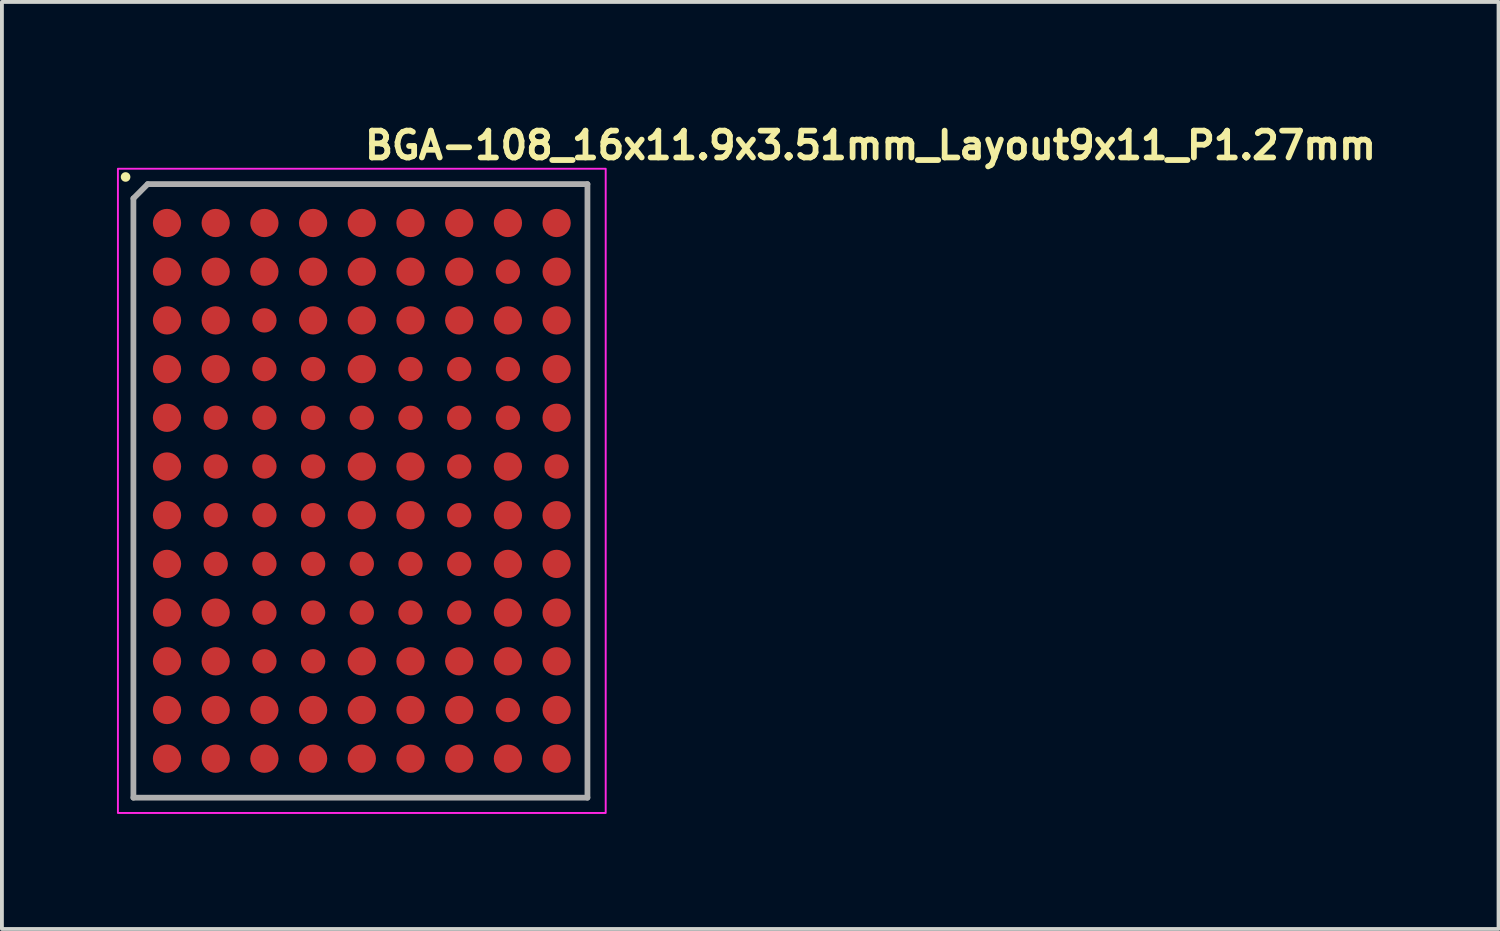
<source format=kicad_pcb>
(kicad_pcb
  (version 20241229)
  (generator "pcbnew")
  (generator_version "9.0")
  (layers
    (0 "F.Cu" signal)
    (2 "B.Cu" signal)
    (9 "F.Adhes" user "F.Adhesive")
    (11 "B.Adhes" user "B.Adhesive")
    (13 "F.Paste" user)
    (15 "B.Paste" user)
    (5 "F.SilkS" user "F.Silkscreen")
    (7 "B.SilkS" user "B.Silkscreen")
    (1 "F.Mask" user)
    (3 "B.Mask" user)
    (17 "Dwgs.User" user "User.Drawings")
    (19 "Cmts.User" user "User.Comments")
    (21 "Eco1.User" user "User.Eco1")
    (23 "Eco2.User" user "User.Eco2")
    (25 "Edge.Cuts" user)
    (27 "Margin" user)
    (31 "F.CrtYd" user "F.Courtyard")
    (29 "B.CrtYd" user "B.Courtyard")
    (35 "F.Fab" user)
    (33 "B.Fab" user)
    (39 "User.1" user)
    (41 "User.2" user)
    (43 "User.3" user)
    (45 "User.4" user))
  (footprint "BGA-108_16x11.9x3.51mm_Layout9x11_P1.27mm"
    (layer "F.Cu")
    (at 6.385 9.75)
    (property "Reference" "BGA-108_16x11.9x3.51mm_Layout9x11_P1.27mm" (at 0 -8.6 0) (unlocked yes) (layer "F.SilkS") (effects (font (size 0.7 0.7) (thickness 0.15)) (justify left bottom)))
    (attr smd)
    (fp_circle (center -6.16 -8.185) (end -6.11 -8.185) (stroke (width 0.15) (type solid)) (fill yes) (layer "F.SilkS"))
    (fp_rect (start -6.36 -8.4) (end 6.36 8.4) (stroke (width 0.05) (type solid)) (fill no) (layer "F.CrtYd"))
    (fp_line (start -5.956 -7.626) (end -5.584 -7.999) (stroke (width 0.15) (type solid)) (layer "F.Fab"))
    (fp_line (start -5.956 8.001) (end -5.956 -7.626) (stroke (width 0.15) (type solid)) (layer "F.Fab"))
    (fp_line (start -5.956 8.001) (end 5.884 8.001) (stroke (width 0.15) (type solid)) (layer "F.Fab"))
    (fp_line (start -5.584 -7.999) (end 5.884 -7.999) (stroke (width 0.15) (type solid)) (layer "F.Fab"))
    (fp_line (start 5.884 8.001) (end 5.884 -7.999) (stroke (width 0.15) (type solid)) (layer "F.Fab"))
    (fp_rect (start -5.956 -8.001) (end 5.956 8.001) (stroke (width 0.1) (type solid)) (fill no) (layer "User.5"))
    (fp_line (start -5.956 -8.001) (end -5.956 8.001) (stroke (width 0.02) (type solid)) (layer "User.9"))
    (fp_line (start -5.956 8.001) (end 5.956 8.001) (stroke (width 0.02) (type solid)) (layer "User.9"))
    (fp_line (start -5.533 -7.19) (end -5.533 -7.19) (stroke (width 0.02) (type solid)) (layer "User.9"))
    (fp_line (start -5.533 -7.19) (end -5.532 -7.175) (stroke (width 0.02) (type solid)) (layer "User.9"))
    (fp_line (start -5.532 -7.205) (end -5.533 -7.19) (stroke (width 0.02) (type solid)) (layer "User.9"))
    (fp_line (start -5.532 -7.175) (end -5.531 -7.16) (stroke (width 0.02) (type solid)) (layer "User.9"))
    (fp_line (start -5.531 -7.22) (end -5.532 -7.205) (stroke (width 0.02) (type solid)) (layer "User.9"))
    (fp_line (start -5.531 -7.16) (end -5.53 -7.145) (stroke (width 0.02) (type solid)) (layer "User.9"))
    (fp_line (start -5.53 -7.235) (end -5.531 -7.22) (stroke (width 0.02) (type solid)) (layer "User.9"))
    (fp_line (start -5.53 -7.145) (end -5.528 -7.13) (stroke (width 0.02) (type solid)) (layer "User.9"))
    (fp_line (start -5.528 -7.25) (end -5.53 -7.235) (stroke (width 0.02) (type solid)) (layer "User.9"))
    (fp_line (start -5.528 -7.13) (end -5.523 -7.116) (stroke (width 0.02) (type solid)) (layer "User.9"))
    (fp_line (start -5.523 -7.264) (end -5.528 -7.25) (stroke (width 0.02) (type solid)) (layer "User.9"))
    (fp_line (start -5.523 -7.116) (end -5.52 -7.101) (stroke (width 0.02) (type solid)) (layer "User.9"))
    (fp_line (start -5.52 -7.279) (end -5.523 -7.264) (stroke (width 0.02) (type solid)) (layer "User.9"))
    (fp_line (start -5.52 -7.101) (end -5.515 -7.088) (stroke (width 0.02) (type solid)) (layer "User.9"))
    (fp_line (start -5.515 -7.292) (end -5.52 -7.279) (stroke (width 0.02) (type solid)) (layer "User.9"))
    (fp_line (start -5.515 -7.088) (end -5.509 -7.074) (stroke (width 0.02) (type solid)) (layer "User.9"))
    (fp_line (start -5.509 -7.306) (end -5.515 -7.292) (stroke (width 0.02) (type solid)) (layer "User.9"))
    (fp_line (start -5.509 -7.074) (end -5.504 -7.061) (stroke (width 0.02) (type solid)) (layer "User.9"))
    (fp_line (start -5.504 -7.319) (end -5.509 -7.306) (stroke (width 0.02) (type solid)) (layer "User.9"))
    (fp_line (start -5.504 -7.061) (end -5.498 -7.048) (stroke (width 0.02) (type solid)) (layer "User.9"))
    (fp_line (start -5.498 -7.332) (end -5.504 -7.319) (stroke (width 0.02) (type solid)) (layer "User.9"))
    (fp_line (start -5.498 -7.048) (end -5.49 -7.036) (stroke (width 0.02) (type solid)) (layer "User.9"))
    (fp_line (start -5.49 -7.344) (end -5.498 -7.332) (stroke (width 0.02) (type solid)) (layer "User.9"))
    (fp_line (start -5.49 -7.036) (end -5.482 -7.023) (stroke (width 0.02) (type solid)) (layer "User.9"))
    (fp_line (start -5.482 -7.357) (end -5.49 -7.344) (stroke (width 0.02) (type solid)) (layer "User.9"))
    (fp_line (start -5.482 -7.023) (end -5.474 -7.012) (stroke (width 0.02) (type solid)) (layer "User.9"))
    (fp_line (start -5.474 -7.368) (end -5.482 -7.357) (stroke (width 0.02) (type solid)) (layer "User.9"))
    (fp_line (start -5.474 -7.012) (end -5.466 -7.001) (stroke (width 0.02) (type solid)) (layer "User.9"))
    (fp_line (start -5.466 -7.379) (end -5.474 -7.368) (stroke (width 0.02) (type solid)) (layer "User.9"))
    (fp_line (start -5.466 -7.001) (end -5.456 -6.99) (stroke (width 0.02) (type solid)) (layer "User.9"))
    (fp_line (start -5.456 -7.39) (end -5.466 -7.379) (stroke (width 0.02) (type solid)) (layer "User.9"))
    (fp_line (start -5.456 -6.99) (end -5.446 -6.979) (stroke (width 0.02) (type solid)) (layer "User.9"))
    (fp_line (start -5.446 -7.401) (end -5.456 -7.39) (stroke (width 0.02) (type solid)) (layer "User.9"))
    (fp_line (start -5.446 -6.979) (end -5.435 -6.97) (stroke (width 0.02) (type solid)) (layer "User.9"))
    (fp_line (start -5.435 -7.41) (end -5.446 -7.401) (stroke (width 0.02) (type solid)) (layer "User.9"))
    (fp_line (start -5.435 -6.97) (end -5.424 -6.96) (stroke (width 0.02) (type solid)) (layer "User.9"))
    (fp_line (start -5.424 -7.42) (end -5.435 -7.41) (stroke (width 0.02) (type solid)) (layer "User.9"))
    (fp_line (start -5.424 -6.96) (end -5.414 -6.951) (stroke (width 0.02) (type solid)) (layer "User.9"))
    (fp_line (start -5.414 -7.429) (end -5.424 -7.42) (stroke (width 0.02) (type solid)) (layer "User.9"))
    (fp_line (start -5.414 -6.951) (end -5.402 -6.943) (stroke (width 0.02) (type solid)) (layer "User.9"))
    (fp_line (start -5.402 -7.437) (end -5.414 -7.429) (stroke (width 0.02) (type solid)) (layer "User.9"))
    (fp_line (start -5.402 -6.943) (end -5.39 -6.935) (stroke (width 0.02) (type solid)) (layer "User.9"))
    (fp_line (start -5.39 -7.445) (end -5.402 -7.437) (stroke (width 0.02) (type solid)) (layer "User.9"))
    (fp_line (start -5.39 -6.935) (end -5.378 -6.928) (stroke (width 0.02) (type solid)) (layer "User.9"))
    (fp_line (start -5.378 -7.452) (end -5.39 -7.445) (stroke (width 0.02) (type solid)) (layer "User.9"))
    (fp_line (start -5.378 -6.928) (end -5.364 -6.922) (stroke (width 0.02) (type solid)) (layer "User.9"))
    (fp_line (start -5.364 -7.458) (end -5.378 -7.452) (stroke (width 0.02) (type solid)) (layer "User.9"))
    (fp_line (start -5.364 -6.922) (end -5.352 -6.916) (stroke (width 0.02) (type solid)) (layer "User.9"))
    (fp_line (start -5.352 -7.464) (end -5.364 -7.458) (stroke (width 0.02) (type solid)) (layer "User.9"))
    (fp_line (start -5.352 -6.916) (end -5.338 -6.91) (stroke (width 0.02) (type solid)) (layer "User.9"))
    (fp_line (start -5.338 -7.47) (end -5.352 -7.464) (stroke (width 0.02) (type solid)) (layer "User.9"))
    (fp_line (start -5.338 -6.91) (end -5.324 -6.906) (stroke (width 0.02) (type solid)) (layer "User.9"))
    (fp_line (start -5.324 -7.474) (end -5.338 -7.47) (stroke (width 0.02) (type solid)) (layer "User.9"))
    (fp_line (start -5.324 -6.906) (end -5.31 -6.902) (stroke (width 0.02) (type solid)) (layer "User.9"))
    (fp_line (start -5.31 -7.478) (end -5.324 -7.474) (stroke (width 0.02) (type solid)) (layer "User.9"))
    (fp_line (start -5.31 -6.902) (end -5.296 -6.898) (stroke (width 0.02) (type solid)) (layer "User.9"))
    (fp_line (start -5.296 -7.482) (end -5.31 -7.478) (stroke (width 0.02) (type solid)) (layer "User.9"))
    (fp_line (start -5.296 -6.898) (end -5.28 -6.896) (stroke (width 0.02) (type solid)) (layer "User.9"))
    (fp_line (start -5.28 -7.484) (end -5.296 -7.482) (stroke (width 0.02) (type solid)) (layer "User.9"))
    (fp_line (start -5.28 -6.896) (end -5.265 -6.894) (stroke (width 0.02) (type solid)) (layer "User.9"))
    (fp_line (start -5.265 -7.486) (end -5.28 -7.484) (stroke (width 0.02) (type solid)) (layer "User.9"))
    (fp_line (start -5.265 -6.894) (end -5.25 -6.893) (stroke (width 0.02) (type solid)) (layer "User.9"))
    (fp_line (start -5.25 -7.487) (end -5.265 -7.486) (stroke (width 0.02) (type solid)) (layer "User.9"))
    (fp_line (start -5.25 -6.893) (end -5.236 -6.892) (stroke (width 0.02) (type solid)) (layer "User.9"))
    (fp_line (start -5.236 -7.488) (end -5.25 -7.487) (stroke (width 0.02) (type solid)) (layer "User.9"))
    (fp_line (start -5.236 -7.488) (end -5.236 -7.488) (stroke (width 0.02) (type solid)) (layer "User.9"))
    (fp_line (start -5.236 -6.892) (end -5.236 -6.892) (stroke (width 0.02) (type solid)) (layer "User.9"))
    (fp_line (start -5.236 -6.892) (end -5.236 -6.892) (stroke (width 0.02) (type solid)) (layer "User.9"))
    (fp_line (start -5.236 -6.892) (end -5.22 -6.893) (stroke (width 0.02) (type solid)) (layer "User.9"))
    (fp_line (start -5.22 -7.487) (end -5.236 -7.488) (stroke (width 0.02) (type solid)) (layer "User.9"))
    (fp_line (start -5.22 -6.893) (end -5.206 -6.894) (stroke (width 0.02) (type solid)) (layer "User.9"))
    (fp_line (start -5.206 -7.486) (end -5.22 -7.487) (stroke (width 0.02) (type solid)) (layer "User.9"))
    (fp_line (start -5.206 -6.894) (end -5.19 -6.896) (stroke (width 0.02) (type solid)) (layer "User.9"))
    (fp_line (start -5.19 -7.484) (end -5.206 -7.486) (stroke (width 0.02) (type solid)) (layer "User.9"))
    (fp_line (start -5.19 -6.896) (end -5.176 -6.898) (stroke (width 0.02) (type solid)) (layer "User.9"))
    (fp_line (start -5.176 -7.482) (end -5.19 -7.484) (stroke (width 0.02) (type solid)) (layer "User.9"))
    (fp_line (start -5.176 -6.898) (end -5.161 -6.902) (stroke (width 0.02) (type solid)) (layer "User.9"))
    (fp_line (start -5.161 -7.478) (end -5.176 -7.482) (stroke (width 0.02) (type solid)) (layer "User.9"))
    (fp_line (start -5.161 -6.902) (end -5.146 -6.906) (stroke (width 0.02) (type solid)) (layer "User.9"))
    (fp_line (start -5.146 -7.474) (end -5.161 -7.478) (stroke (width 0.02) (type solid)) (layer "User.9"))
    (fp_line (start -5.146 -6.906) (end -5.134 -6.91) (stroke (width 0.02) (type solid)) (layer "User.9"))
    (fp_line (start -5.134 -7.47) (end -5.146 -7.474) (stroke (width 0.02) (type solid)) (layer "User.9"))
    (fp_line (start -5.134 -6.91) (end -5.12 -6.916) (stroke (width 0.02) (type solid)) (layer "User.9"))
    (fp_line (start -5.12 -7.464) (end -5.134 -7.47) (stroke (width 0.02) (type solid)) (layer "User.9"))
    (fp_line (start -5.12 -6.916) (end -5.106 -6.922) (stroke (width 0.02) (type solid)) (layer "User.9"))
    (fp_line (start -5.106 -7.458) (end -5.12 -7.464) (stroke (width 0.02) (type solid)) (layer "User.9"))
    (fp_line (start -5.106 -6.922) (end -5.094 -6.928) (stroke (width 0.02) (type solid)) (layer "User.9"))
    (fp_line (start -5.094 -7.452) (end -5.106 -7.458) (stroke (width 0.02) (type solid)) (layer "User.9"))
    (fp_line (start -5.094 -6.928) (end -5.081 -6.935) (stroke (width 0.02) (type solid)) (layer "User.9"))
    (fp_line (start -5.081 -7.445) (end -5.094 -7.452) (stroke (width 0.02) (type solid)) (layer "User.9"))
    (fp_line (start -5.081 -6.935) (end -5.068 -6.943) (stroke (width 0.02) (type solid)) (layer "User.9"))
    (fp_line (start -5.068 -7.437) (end -5.081 -7.445) (stroke (width 0.02) (type solid)) (layer "User.9"))
    (fp_line (start -5.068 -6.943) (end -5.057 -6.951) (stroke (width 0.02) (type solid)) (layer "User.9"))
    (fp_line (start -5.057 -7.429) (end -5.068 -7.437) (stroke (width 0.02) (type solid)) (layer "User.9"))
    (fp_line (start -5.057 -6.951) (end -5.046 -6.96) (stroke (width 0.02) (type solid)) (layer "User.9"))
    (fp_line (start -5.046 -7.42) (end -5.057 -7.429) (stroke (width 0.02) (type solid)) (layer "User.9"))
    (fp_line (start -5.046 -6.96) (end -5.036 -6.97) (stroke (width 0.02) (type solid)) (layer "User.9"))
    (fp_line (start -5.036 -7.41) (end -5.046 -7.42) (stroke (width 0.02) (type solid)) (layer "User.9"))
    (fp_line (start -5.036 -6.97) (end -5.024 -6.979) (stroke (width 0.02) (type solid)) (layer "User.9"))
    (fp_line (start -5.024 -7.401) (end -5.036 -7.41) (stroke (width 0.02) (type solid)) (layer "User.9"))
    (fp_line (start -5.024 -6.979) (end -5.015 -6.99) (stroke (width 0.02) (type solid)) (layer "User.9"))
    (fp_line (start -5.015 -7.39) (end -5.024 -7.401) (stroke (width 0.02) (type solid)) (layer "User.9"))
    (fp_line (start -5.015 -6.99) (end -5.006 -7.001) (stroke (width 0.02) (type solid)) (layer "User.9"))
    (fp_line (start -5.006 -7.379) (end -5.015 -7.39) (stroke (width 0.02) (type solid)) (layer "User.9"))
    (fp_line (start -5.006 -7.001) (end -4.996 -7.012) (stroke (width 0.02) (type solid)) (layer "User.9"))
    (fp_line (start -4.996 -7.368) (end -5.006 -7.379) (stroke (width 0.02) (type solid)) (layer "User.9"))
    (fp_line (start -4.996 -7.012) (end -4.988 -7.023) (stroke (width 0.02) (type solid)) (layer "User.9"))
    (fp_line (start -4.988 -7.357) (end -4.996 -7.368) (stroke (width 0.02) (type solid)) (layer "User.9"))
    (fp_line (start -4.988 -7.023) (end -4.98 -7.036) (stroke (width 0.02) (type solid)) (layer "User.9"))
    (fp_line (start -4.98 -7.344) (end -4.988 -7.357) (stroke (width 0.02) (type solid)) (layer "User.9"))
    (fp_line (start -4.98 -7.036) (end -4.974 -7.048) (stroke (width 0.02) (type solid)) (layer "User.9"))
    (fp_line (start -4.974 -7.332) (end -4.98 -7.344) (stroke (width 0.02) (type solid)) (layer "User.9"))
    (fp_line (start -4.974 -7.048) (end -4.967 -7.061) (stroke (width 0.02) (type solid)) (layer "User.9"))
    (fp_line (start -4.967 -7.319) (end -4.974 -7.332) (stroke (width 0.02) (type solid)) (layer "User.9"))
    (fp_line (start -4.967 -7.061) (end -4.962 -7.074) (stroke (width 0.02) (type solid)) (layer "User.9"))
    (fp_line (start -4.962 -7.306) (end -4.967 -7.319) (stroke (width 0.02) (type solid)) (layer "User.9"))
    (fp_line (start -4.962 -7.074) (end -4.956 -7.088) (stroke (width 0.02) (type solid)) (layer "User.9"))
    (fp_line (start -4.956 -7.292) (end -4.962 -7.306) (stroke (width 0.02) (type solid)) (layer "User.9"))
    (fp_line (start -4.956 -7.088) (end -4.951 -7.101) (stroke (width 0.02) (type solid)) (layer "User.9"))
    (fp_line (start -4.951 -7.279) (end -4.956 -7.292) (stroke (width 0.02) (type solid)) (layer "User.9"))
    (fp_line (start -4.951 -7.101) (end -4.948 -7.116) (stroke (width 0.02) (type solid)) (layer "User.9"))
    (fp_line (start -4.948 -7.264) (end -4.951 -7.279) (stroke (width 0.02) (type solid)) (layer "User.9"))
    (fp_line (start -4.948 -7.116) (end -4.943 -7.13) (stroke (width 0.02) (type solid)) (layer "User.9"))
    (fp_line (start -4.943 -7.25) (end -4.948 -7.264) (stroke (width 0.02) (type solid)) (layer "User.9"))
    (fp_line (start -4.943 -7.13) (end -4.942 -7.145) (stroke (width 0.02) (type solid)) (layer "User.9"))
    (fp_line (start -4.942 -7.235) (end -4.943 -7.25) (stroke (width 0.02) (type solid)) (layer "User.9"))
    (fp_line (start -4.942 -7.145) (end -4.94 -7.16) (stroke (width 0.02) (type solid)) (layer "User.9"))
    (fp_line (start -4.94 -7.22) (end -4.942 -7.235) (stroke (width 0.02) (type solid)) (layer "User.9"))
    (fp_line (start -4.94 -7.16) (end -4.938 -7.175) (stroke (width 0.02) (type solid)) (layer "User.9"))
    (fp_line (start -4.938 -7.205) (end -4.94 -7.22) (stroke (width 0.02) (type solid)) (layer "User.9"))
    (fp_line (start -4.938 -7.19) (end -4.938 -7.205) (stroke (width 0.02) (type solid)) (layer "User.9"))
    (fp_line (start -4.938 -7.19) (end -4.938 -7.19) (stroke (width 0.02) (type solid)) (layer "User.9"))
    (fp_line (start -4.938 -7.175) (end -4.938 -7.19) (stroke (width 0.02) (type solid)) (layer "User.9"))
    (fp_line (start 5.956 -8.001) (end -5.956 -8.001) (stroke (width 0.02) (type solid)) (layer "User.9"))
    (fp_line (start 5.956 8.001) (end 5.956 -8.001) (stroke (width 0.02) (type solid)) (layer "User.9"))
    (pad "A1" smd circle (at -5.08 -6.985 270) (size 0.737 0.737) (layers "F.Cu" "F.Mask" "F.Paste"))
    (pad "A2" smd circle (at -3.81 -6.985 270) (size 0.737 0.737) (layers "F.Cu" "F.Mask" "F.Paste"))
    (pad "A3" smd circle (at -2.54 -6.985 270) (size 0.737 0.737) (layers "F.Cu" "F.Mask" "F.Paste"))
    (pad "A4" smd circle (at -1.27 -6.985 270) (size 0.737 0.737) (layers "F.Cu" "F.Mask" "F.Paste"))
    (pad "A5" smd circle (at 0 -6.985 270) (size 0.737 0.737) (layers "F.Cu" "F.Mask" "F.Paste"))
    (pad "A6" smd circle (at 1.27 -6.985 270) (size 0.737 0.737) (layers "F.Cu" "F.Mask" "F.Paste"))
    (pad "A7" smd circle (at 2.54 -6.985 270) (size 0.737 0.737) (layers "F.Cu" "F.Mask" "F.Paste"))
    (pad "A8" smd circle (at 3.81 -6.985 270) (size 0.737 0.737) (layers "F.Cu" "F.Mask" "F.Paste"))
    (pad "A9" smd circle (at 5.08 -6.985 270) (size 0.737 0.737) (layers "F.Cu" "F.Mask" "F.Paste"))
    (pad "B1" smd circle (at -5.08 -5.715 270) (size 0.737 0.737) (layers "F.Cu" "F.Mask" "F.Paste"))
    (pad "B2" smd circle (at -3.81 -5.715 270) (size 0.737 0.737) (layers "F.Cu" "F.Mask" "F.Paste"))
    (pad "B3" smd circle (at -2.54 -5.715 270) (size 0.737 0.737) (layers "F.Cu" "F.Mask" "F.Paste"))
    (pad "B4" smd circle (at -1.27 -5.715 270) (size 0.737 0.737) (layers "F.Cu" "F.Mask" "F.Paste"))
    (pad "B5" smd circle (at 0 -5.715 270) (size 0.737 0.737) (layers "F.Cu" "F.Mask" "F.Paste"))
    (pad "B6" smd circle (at 1.27 -5.715 270) (size 0.737 0.737) (layers "F.Cu" "F.Mask" "F.Paste"))
    (pad "B7" smd circle (at 2.54 -5.715 270) (size 0.737 0.737) (layers "F.Cu" "F.Mask" "F.Paste"))
    (pad "B8" smd circle (at 3.81 -5.715 270) (size 0.635 0.635) (layers "F.Cu" "F.Mask" "F.Paste"))
    (pad "B9" smd circle (at 5.08 -5.715 270) (size 0.737 0.737) (layers "F.Cu" "F.Mask" "F.Paste"))
    (pad "C1" smd circle (at -5.08 -4.445 270) (size 0.737 0.737) (layers "F.Cu" "F.Mask" "F.Paste"))
    (pad "C2" smd circle (at -3.81 -4.445 270) (size 0.737 0.737) (layers "F.Cu" "F.Mask" "F.Paste"))
    (pad "C3" smd circle (at -2.54 -4.445 270) (size 0.635 0.635) (layers "F.Cu" "F.Mask" "F.Paste"))
    (pad "C4" smd circle (at -1.27 -4.445 270) (size 0.737 0.737) (layers "F.Cu" "F.Mask" "F.Paste"))
    (pad "C5" smd circle (at 0 -4.445 270) (size 0.737 0.737) (layers "F.Cu" "F.Mask" "F.Paste"))
    (pad "C6" smd circle (at 1.27 -4.445 270) (size 0.737 0.737) (layers "F.Cu" "F.Mask" "F.Paste"))
    (pad "C7" smd circle (at 2.54 -4.445 270) (size 0.737 0.737) (layers "F.Cu" "F.Mask" "F.Paste"))
    (pad "C8" smd circle (at 3.81 -4.445 270) (size 0.737 0.737) (layers "F.Cu" "F.Mask" "F.Paste"))
    (pad "C9" smd circle (at 5.08 -4.445 270) (size 0.737 0.737) (layers "F.Cu" "F.Mask" "F.Paste"))
    (pad "D1" smd circle (at -5.08 -3.175 270) (size 0.737 0.737) (layers "F.Cu" "F.Mask" "F.Paste"))
    (pad "D2" smd circle (at -3.81 -3.175 270) (size 0.737 0.737) (layers "F.Cu" "F.Mask" "F.Paste"))
    (pad "D3" smd circle (at -2.54 -3.175 270) (size 0.635 0.635) (layers "F.Cu" "F.Mask" "F.Paste"))
    (pad "D4" smd circle (at -1.27 -3.175 270) (size 0.635 0.635) (layers "F.Cu" "F.Mask" "F.Paste"))
    (pad "D5" smd circle (at 0 -3.175 270) (size 0.737 0.737) (layers "F.Cu" "F.Mask" "F.Paste"))
    (pad "D6" smd circle (at 1.27 -3.175 270) (size 0.635 0.635) (layers "F.Cu" "F.Mask" "F.Paste"))
    (pad "D7" smd circle (at 2.54 -3.175 270) (size 0.635 0.635) (layers "F.Cu" "F.Mask" "F.Paste"))
    (pad "D8" smd circle (at 3.81 -3.175 270) (size 0.635 0.635) (layers "F.Cu" "F.Mask" "F.Paste"))
    (pad "D9" smd circle (at 5.08 -3.175 270) (size 0.737 0.737) (layers "F.Cu" "F.Mask" "F.Paste"))
    (pad "E1" smd circle (at -5.08 -1.905 270) (size 0.737 0.737) (layers "F.Cu" "F.Mask" "F.Paste"))
    (pad "E2" smd circle (at -3.81 -1.905 270) (size 0.635 0.635) (layers "F.Cu" "F.Mask" "F.Paste"))
    (pad "E3" smd circle (at -2.54 -1.905 270) (size 0.635 0.635) (layers "F.Cu" "F.Mask" "F.Paste"))
    (pad "E4" smd circle (at -1.27 -1.905 270) (size 0.635 0.635) (layers "F.Cu" "F.Mask" "F.Paste"))
    (pad "E5" smd circle (at 0 -1.905 270) (size 0.635 0.635) (layers "F.Cu" "F.Mask" "F.Paste"))
    (pad "E6" smd circle (at 1.27 -1.905 270) (size 0.635 0.635) (layers "F.Cu" "F.Mask" "F.Paste"))
    (pad "E7" smd circle (at 2.54 -1.905 270) (size 0.635 0.635) (layers "F.Cu" "F.Mask" "F.Paste"))
    (pad "E8" smd circle (at 3.81 -1.905 270) (size 0.635 0.635) (layers "F.Cu" "F.Mask" "F.Paste"))
    (pad "E9" smd circle (at 5.08 -1.905 270) (size 0.737 0.737) (layers "F.Cu" "F.Mask" "F.Paste"))
    (pad "F1" smd circle (at -5.08 -0.635 270) (size 0.737 0.737) (layers "F.Cu" "F.Mask" "F.Paste"))
    (pad "F2" smd circle (at -3.81 -0.635 270) (size 0.635 0.635) (layers "F.Cu" "F.Mask" "F.Paste"))
    (pad "F3" smd circle (at -2.54 -0.635 270) (size 0.635 0.635) (layers "F.Cu" "F.Mask" "F.Paste"))
    (pad "F4" smd circle (at -1.27 -0.635 270) (size 0.635 0.635) (layers "F.Cu" "F.Mask" "F.Paste"))
    (pad "F5" smd circle (at 0 -0.635 270) (size 0.737 0.737) (layers "F.Cu" "F.Mask" "F.Paste"))
    (pad "F6" smd circle (at 1.27 -0.635 270) (size 0.737 0.737) (layers "F.Cu" "F.Mask" "F.Paste"))
    (pad "F7" smd circle (at 2.54 -0.635 270) (size 0.635 0.635) (layers "F.Cu" "F.Mask" "F.Paste"))
    (pad "F8" smd circle (at 3.81 -0.635 270) (size 0.737 0.737) (layers "F.Cu" "F.Mask" "F.Paste"))
    (pad "F9" smd circle (at 5.08 -0.635 270) (size 0.635 0.635) (layers "F.Cu" "F.Mask" "F.Paste"))
    (pad "G1" smd circle (at -5.08 0.635 270) (size 0.737 0.737) (layers "F.Cu" "F.Mask" "F.Paste"))
    (pad "G2" smd circle (at -3.81 0.635 270) (size 0.635 0.635) (layers "F.Cu" "F.Mask" "F.Paste"))
    (pad "G3" smd circle (at -2.54 0.635 270) (size 0.635 0.635) (layers "F.Cu" "F.Mask" "F.Paste"))
    (pad "G4" smd circle (at -1.27 0.635 270) (size 0.635 0.635) (layers "F.Cu" "F.Mask" "F.Paste"))
    (pad "G5" smd circle (at 0 0.635 270) (size 0.737 0.737) (layers "F.Cu" "F.Mask" "F.Paste"))
    (pad "G6" smd circle (at 1.27 0.635 270) (size 0.737 0.737) (layers "F.Cu" "F.Mask" "F.Paste"))
    (pad "G7" smd circle (at 2.54 0.635 270) (size 0.635 0.635) (layers "F.Cu" "F.Mask" "F.Paste"))
    (pad "G8" smd circle (at 3.81 0.635 270) (size 0.737 0.737) (layers "F.Cu" "F.Mask" "F.Paste"))
    (pad "G9" smd circle (at 5.08 0.635 270) (size 0.737 0.737) (layers "F.Cu" "F.Mask" "F.Paste"))
    (pad "H1" smd circle (at -5.08 1.905 270) (size 0.737 0.737) (layers "F.Cu" "F.Mask" "F.Paste"))
    (pad "H2" smd circle (at -3.81 1.905 270) (size 0.635 0.635) (layers "F.Cu" "F.Mask" "F.Paste"))
    (pad "H3" smd circle (at -2.54 1.905 270) (size 0.635 0.635) (layers "F.Cu" "F.Mask" "F.Paste"))
    (pad "H4" smd circle (at -1.27 1.905 270) (size 0.635 0.635) (layers "F.Cu" "F.Mask" "F.Paste"))
    (pad "H5" smd circle (at 0 1.905 270) (size 0.635 0.635) (layers "F.Cu" "F.Mask" "F.Paste"))
    (pad "H6" smd circle (at 1.27 1.905 270) (size 0.635 0.635) (layers "F.Cu" "F.Mask" "F.Paste"))
    (pad "H7" smd circle (at 2.54 1.905 270) (size 0.635 0.635) (layers "F.Cu" "F.Mask" "F.Paste"))
    (pad "H8" smd circle (at 3.81 1.905 270) (size 0.737 0.737) (layers "F.Cu" "F.Mask" "F.Paste"))
    (pad "H9" smd circle (at 5.08 1.905 270) (size 0.737 0.737) (layers "F.Cu" "F.Mask" "F.Paste"))
    (pad "J1" smd circle (at -5.08 3.175 270) (size 0.737 0.737) (layers "F.Cu" "F.Mask" "F.Paste"))
    (pad "J2" smd circle (at -3.81 3.175 270) (size 0.737 0.737) (layers "F.Cu" "F.Mask" "F.Paste"))
    (pad "J3" smd circle (at -2.54 3.175 270) (size 0.635 0.635) (layers "F.Cu" "F.Mask" "F.Paste"))
    (pad "J4" smd circle (at -1.27 3.175 270) (size 0.635 0.635) (layers "F.Cu" "F.Mask" "F.Paste"))
    (pad "J5" smd circle (at 0 3.175 270) (size 0.635 0.635) (layers "F.Cu" "F.Mask" "F.Paste"))
    (pad "J6" smd circle (at 1.27 3.175 270) (size 0.635 0.635) (layers "F.Cu" "F.Mask" "F.Paste"))
    (pad "J7" smd circle (at 2.54 3.175 270) (size 0.635 0.635) (layers "F.Cu" "F.Mask" "F.Paste"))
    (pad "J8" smd circle (at 3.81 3.175 270) (size 0.737 0.737) (layers "F.Cu" "F.Mask" "F.Paste"))
    (pad "J9" smd circle (at 5.08 3.175 270) (size 0.737 0.737) (layers "F.Cu" "F.Mask" "F.Paste"))
    (pad "K1" smd circle (at -5.08 4.445 270) (size 0.737 0.737) (layers "F.Cu" "F.Mask" "F.Paste"))
    (pad "K2" smd circle (at -3.81 4.445 270) (size 0.737 0.737) (layers "F.Cu" "F.Mask" "F.Paste"))
    (pad "K3" smd circle (at -2.54 4.445 270) (size 0.635 0.635) (layers "F.Cu" "F.Mask" "F.Paste"))
    (pad "K4" smd circle (at -1.27 4.445 270) (size 0.635 0.635) (layers "F.Cu" "F.Mask" "F.Paste"))
    (pad "K5" smd circle (at 0 4.445 270) (size 0.737 0.737) (layers "F.Cu" "F.Mask" "F.Paste"))
    (pad "K6" smd circle (at 1.27 4.445 270) (size 0.737 0.737) (layers "F.Cu" "F.Mask" "F.Paste"))
    (pad "K7" smd circle (at 2.54 4.445 270) (size 0.737 0.737) (layers "F.Cu" "F.Mask" "F.Paste"))
    (pad "K8" smd circle (at 3.81 4.445 270) (size 0.737 0.737) (layers "F.Cu" "F.Mask" "F.Paste"))
    (pad "K9" smd circle (at 5.08 4.445 270) (size 0.737 0.737) (layers "F.Cu" "F.Mask" "F.Paste"))
    (pad "L1" smd circle (at -5.08 5.715 270) (size 0.737 0.737) (layers "F.Cu" "F.Mask" "F.Paste"))
    (pad "L2" smd circle (at -3.81 5.715 270) (size 0.737 0.737) (layers "F.Cu" "F.Mask" "F.Paste"))
    (pad "L3" smd circle (at -2.54 5.715 270) (size 0.737 0.737) (layers "F.Cu" "F.Mask" "F.Paste"))
    (pad "L4" smd circle (at -1.27 5.715 270) (size 0.737 0.737) (layers "F.Cu" "F.Mask" "F.Paste"))
    (pad "L5" smd circle (at 0 5.715 270) (size 0.737 0.737) (layers "F.Cu" "F.Mask" "F.Paste"))
    (pad "L6" smd circle (at 1.27 5.715 270) (size 0.737 0.737) (layers "F.Cu" "F.Mask" "F.Paste"))
    (pad "L7" smd circle (at 2.54 5.715 270) (size 0.737 0.737) (layers "F.Cu" "F.Mask" "F.Paste"))
    (pad "L8" smd circle (at 3.81 5.715 270) (size 0.635 0.635) (layers "F.Cu" "F.Mask" "F.Paste"))
    (pad "L9" smd circle (at 5.08 5.715 270) (size 0.737 0.737) (layers "F.Cu" "F.Mask" "F.Paste"))
    (pad "M1" smd circle (at -5.08 6.985 270) (size 0.737 0.737) (layers "F.Cu" "F.Mask" "F.Paste"))
    (pad "M2" smd circle (at -3.81 6.985 270) (size 0.737 0.737) (layers "F.Cu" "F.Mask" "F.Paste"))
    (pad "M3" smd circle (at -2.54 6.985 270) (size 0.737 0.737) (layers "F.Cu" "F.Mask" "F.Paste"))
    (pad "M4" smd circle (at -1.27 6.985 270) (size 0.737 0.737) (layers "F.Cu" "F.Mask" "F.Paste"))
    (pad "M5" smd circle (at 0 6.985 270) (size 0.737 0.737) (layers "F.Cu" "F.Mask" "F.Paste"))
    (pad "M6" smd circle (at 1.27 6.985 270) (size 0.737 0.737) (layers "F.Cu" "F.Mask" "F.Paste"))
    (pad "M7" smd circle (at 2.54 6.985 270) (size 0.737 0.737) (layers "F.Cu" "F.Mask" "F.Paste"))
    (pad "M8" smd circle (at 3.81 6.985 270) (size 0.737 0.737) (layers "F.Cu" "F.Mask" "F.Paste"))
    (pad "M9" smd circle (at 5.08 6.985 270) (size 0.737 0.737) (layers "F.Cu" "F.Mask" "F.Paste")))
  (gr_rect
    (start -3 -3)
    (end 36.028 21.175)
    (stroke (width 0.1) (type default))
    (fill no)
    (layer "Edge.Cuts")))
</source>
